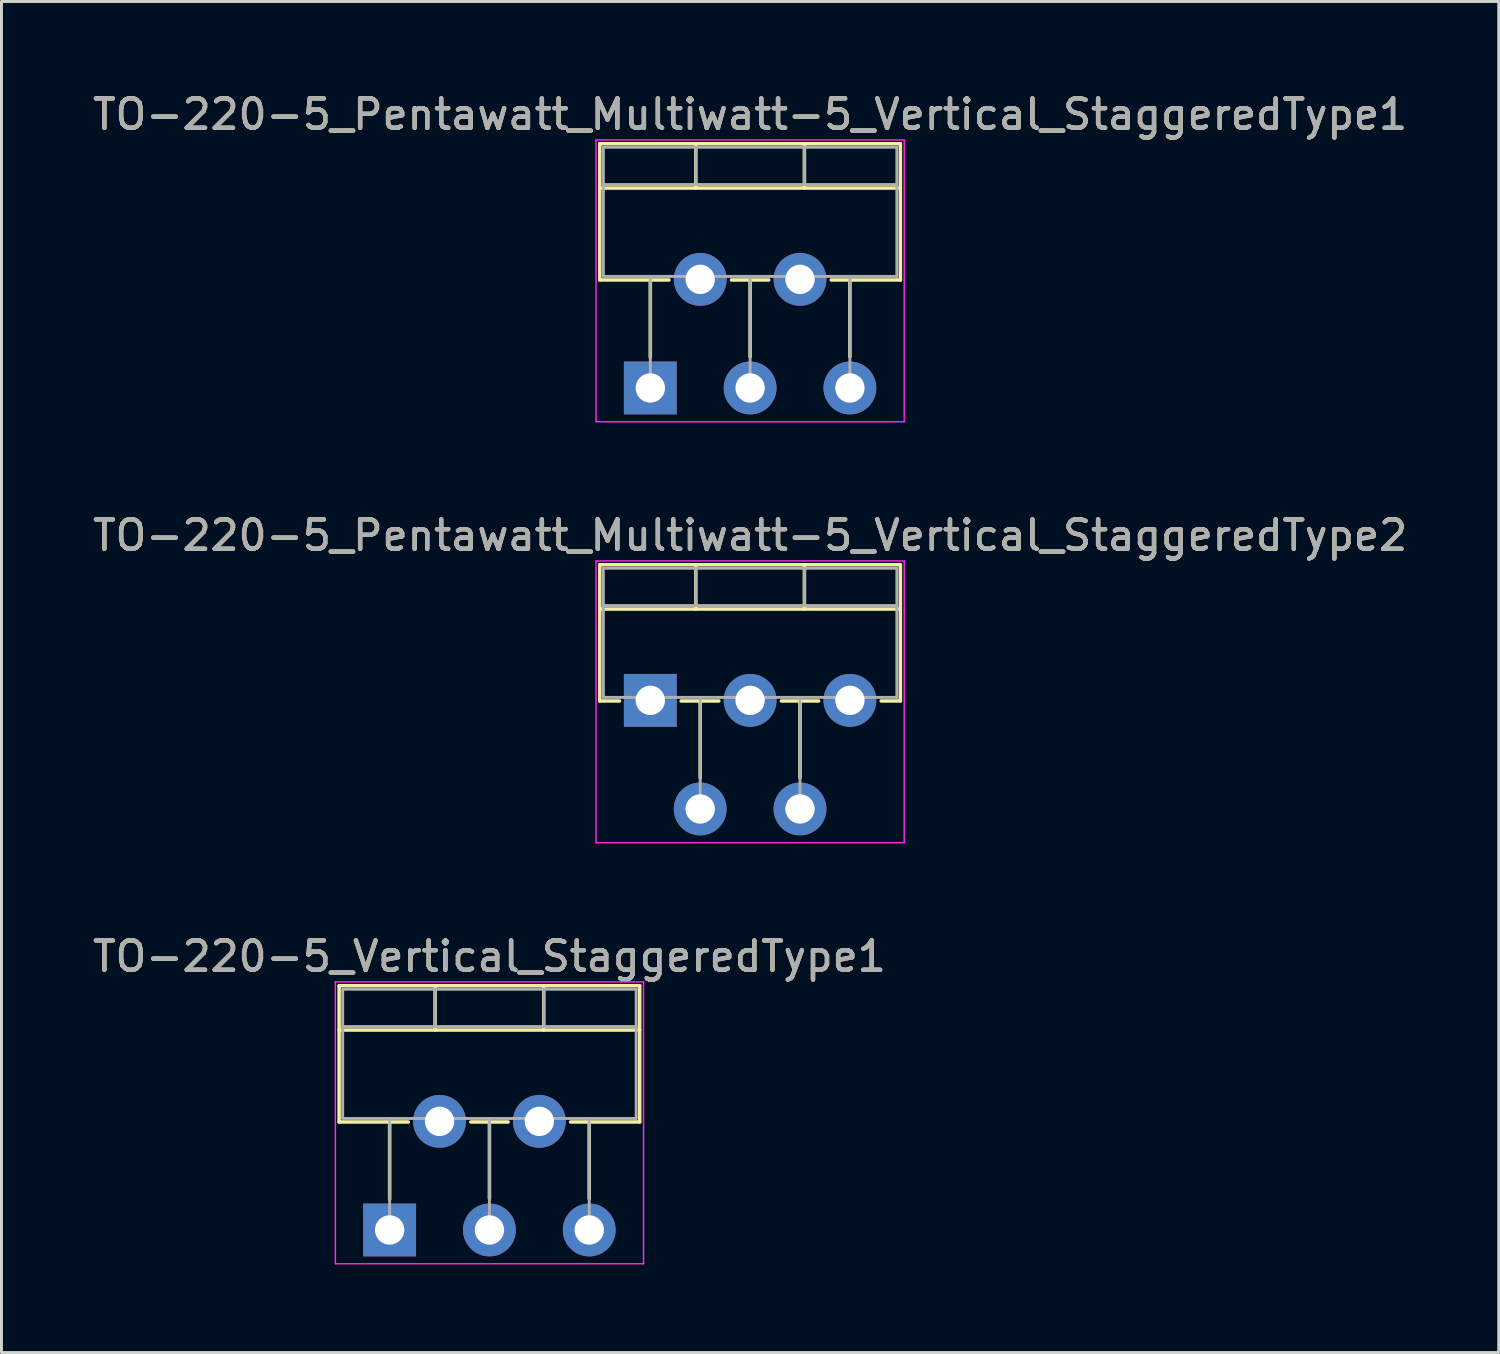
<source format=kicad_pcb>
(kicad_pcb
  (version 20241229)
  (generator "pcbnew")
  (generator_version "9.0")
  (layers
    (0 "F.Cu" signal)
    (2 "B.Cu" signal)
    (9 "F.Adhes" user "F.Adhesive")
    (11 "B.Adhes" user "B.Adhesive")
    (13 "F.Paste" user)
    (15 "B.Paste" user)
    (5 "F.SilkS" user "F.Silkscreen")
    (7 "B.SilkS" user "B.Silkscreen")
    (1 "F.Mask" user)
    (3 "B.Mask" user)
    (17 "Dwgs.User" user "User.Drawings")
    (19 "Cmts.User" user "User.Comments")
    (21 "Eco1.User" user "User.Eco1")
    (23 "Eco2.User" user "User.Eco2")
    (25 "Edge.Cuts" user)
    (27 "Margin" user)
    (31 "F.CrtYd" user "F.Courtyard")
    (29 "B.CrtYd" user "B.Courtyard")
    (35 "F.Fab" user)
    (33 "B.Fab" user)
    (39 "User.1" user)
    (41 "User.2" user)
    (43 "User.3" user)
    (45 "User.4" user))
  (footprint "TO-220-5_Pentawatt_Multiwatt-5_Vertical_StaggeredType1"
    (layer "F.Cu")
    (at 19.106 10.168)
    (property "Reference" "TO-220-5_Pentawatt_Multiwatt-5_Vertical_StaggeredType1" (at 3.4 -9.32 0) (layer "F.SilkS") (effects (font (size 1 1) (thickness 0.15))))
    (attr through_hole)
    (fp_line (start -1.721 -8.32) (end -1.721 -3.679) (stroke (width 0.12) (type solid)) (layer "F.SilkS"))
    (fp_line (start -1.721 -8.32) (end 8.52 -8.32) (stroke (width 0.12) (type solid)) (layer "F.SilkS"))
    (fp_line (start -1.721 -6.811) (end 8.52 -6.811) (stroke (width 0.12) (type solid)) (layer "F.SilkS"))
    (fp_line (start -1.721 -3.679) (end 0.635 -3.679) (stroke (width 0.12) (type solid)) (layer "F.SilkS"))
    (fp_line (start 0 -3.679) (end 0 -1.049) (stroke (width 0.12) (type solid)) (layer "F.SilkS"))
    (fp_line (start 1.55 -8.32) (end 1.55 -6.811) (stroke (width 0.12) (type solid)) (layer "F.SilkS"))
    (fp_line (start 2.765 -3.679) (end 4.035 -3.679) (stroke (width 0.12) (type solid)) (layer "F.SilkS"))
    (fp_line (start 3.4 -3.679) (end 3.4 -1.065) (stroke (width 0.12) (type solid)) (layer "F.SilkS"))
    (fp_line (start 5.25 -8.32) (end 5.25 -6.811) (stroke (width 0.12) (type solid)) (layer "F.SilkS"))
    (fp_line (start 6.165 -3.679) (end 8.52 -3.679) (stroke (width 0.12) (type solid)) (layer "F.SilkS"))
    (fp_line (start 6.8 -3.679) (end 6.8 -1.065) (stroke (width 0.12) (type solid)) (layer "F.SilkS"))
    (fp_line (start 8.52 -8.32) (end 8.52 -3.679) (stroke (width 0.12) (type solid)) (layer "F.SilkS"))
    (fp_line (start -1.85 -8.45) (end -1.85 1.15) (stroke (width 0.05) (type solid)) (layer "F.CrtYd"))
    (fp_line (start -1.85 1.15) (end 8.65 1.15) (stroke (width 0.05) (type solid)) (layer "F.CrtYd"))
    (fp_line (start 8.65 -8.45) (end -1.85 -8.45) (stroke (width 0.05) (type solid)) (layer "F.CrtYd"))
    (fp_line (start 8.65 1.15) (end 8.65 -8.45) (stroke (width 0.05) (type solid)) (layer "F.CrtYd"))
    (fp_line (start -1.6 -8.2) (end -1.6 -3.8) (stroke (width 0.1) (type solid)) (layer "F.Fab"))
    (fp_line (start -1.6 -6.93) (end 8.4 -6.93) (stroke (width 0.1) (type solid)) (layer "F.Fab"))
    (fp_line (start -1.6 -3.8) (end 8.4 -3.8) (stroke (width 0.1) (type solid)) (layer "F.Fab"))
    (fp_line (start 0 -3.8) (end 0 0) (stroke (width 0.1) (type solid)) (layer "F.Fab"))
    (fp_line (start 1.55 -8.2) (end 1.55 -6.93) (stroke (width 0.1) (type solid)) (layer "F.Fab"))
    (fp_line (start 1.7 -3.8) (end 1.7 -3.7) (stroke (width 0.1) (type solid)) (layer "F.Fab"))
    (fp_line (start 3.4 -3.8) (end 3.4 0) (stroke (width 0.1) (type solid)) (layer "F.Fab"))
    (fp_line (start 5.1 -3.8) (end 5.1 -3.7) (stroke (width 0.1) (type solid)) (layer "F.Fab"))
    (fp_line (start 5.25 -8.2) (end 5.25 -6.93) (stroke (width 0.1) (type solid)) (layer "F.Fab"))
    (fp_line (start 6.8 -3.8) (end 6.8 0) (stroke (width 0.1) (type solid)) (layer "F.Fab"))
    (fp_line (start 8.4 -8.2) (end -1.6 -8.2) (stroke (width 0.1) (type solid)) (layer "F.Fab"))
    (fp_line (start 8.4 -3.8) (end 8.4 -8.2) (stroke (width 0.1) (type solid)) (layer "F.Fab"))
    (fp_text user "${REFERENCE}" (at 3.4 -9.32 0) (layer "F.Fab") (effects (font (size 1 1) (thickness 0.15))))
    (pad "1" thru_hole rect (at 0 0) (size 1.8 1.8) (drill 1) (layers "*.Cu" "*.Mask"))
    (pad "2" thru_hole oval (at 1.7 -3.7) (size 1.8 1.8) (drill 1) (layers "*.Cu" "*.Mask"))
    (pad "3" thru_hole oval (at 3.4 0) (size 1.8 1.8) (drill 1) (layers "*.Cu" "*.Mask"))
    (pad "4" thru_hole oval (at 5.1 -3.7) (size 1.8 1.8) (drill 1) (layers "*.Cu" "*.Mask"))
    (pad "5" thru_hole oval (at 6.8 0) (size 1.8 1.8) (drill 1) (layers "*.Cu" "*.Mask")))
  (footprint "TO-220-5_Vertical_StaggeredType1"
    (layer "F.Cu")
    (at 10.225 38.855)
    (property "Reference" "TO-220-5_Vertical_StaggeredType1" (at 3.4 -9.32 0) (layer "F.SilkS") (effects (font (size 1 1) (thickness 0.15))))
    (attr through_hole)
    (fp_line (start -1.721 -8.32) (end -1.721 -3.679) (stroke (width 0.12) (type solid)) (layer "F.SilkS"))
    (fp_line (start -1.721 -8.32) (end 8.52 -8.32) (stroke (width 0.12) (type solid)) (layer "F.SilkS"))
    (fp_line (start -1.721 -6.811) (end 8.52 -6.811) (stroke (width 0.12) (type solid)) (layer "F.SilkS"))
    (fp_line (start -1.721 -3.679) (end 0.635 -3.679) (stroke (width 0.12) (type solid)) (layer "F.SilkS"))
    (fp_line (start 0 -3.679) (end 0 -1.049) (stroke (width 0.12) (type solid)) (layer "F.SilkS"))
    (fp_line (start 1.55 -8.32) (end 1.55 -6.811) (stroke (width 0.12) (type solid)) (layer "F.SilkS"))
    (fp_line (start 2.765 -3.679) (end 4.035 -3.679) (stroke (width 0.12) (type solid)) (layer "F.SilkS"))
    (fp_line (start 3.4 -3.679) (end 3.4 -1.065) (stroke (width 0.12) (type solid)) (layer "F.SilkS"))
    (fp_line (start 5.25 -8.32) (end 5.25 -6.811) (stroke (width 0.12) (type solid)) (layer "F.SilkS"))
    (fp_line (start 6.165 -3.679) (end 8.52 -3.679) (stroke (width 0.12) (type solid)) (layer "F.SilkS"))
    (fp_line (start 6.8 -3.679) (end 6.8 -1.065) (stroke (width 0.12) (type solid)) (layer "F.SilkS"))
    (fp_line (start 8.52 -8.32) (end 8.52 -3.679) (stroke (width 0.12) (type solid)) (layer "F.SilkS"))
    (fp_line (start -1.85 -8.45) (end -1.85 1.15) (stroke (width 0.05) (type solid)) (layer "F.CrtYd"))
    (fp_line (start -1.85 1.15) (end 8.65 1.15) (stroke (width 0.05) (type solid)) (layer "F.CrtYd"))
    (fp_line (start 8.65 -8.45) (end -1.85 -8.45) (stroke (width 0.05) (type solid)) (layer "F.CrtYd"))
    (fp_line (start 8.65 1.15) (end 8.65 -8.45) (stroke (width 0.05) (type solid)) (layer "F.CrtYd"))
    (fp_line (start -1.6 -8.2) (end -1.6 -3.8) (stroke (width 0.1) (type solid)) (layer "F.Fab"))
    (fp_line (start -1.6 -6.93) (end 8.4 -6.93) (stroke (width 0.1) (type solid)) (layer "F.Fab"))
    (fp_line (start -1.6 -3.8) (end 8.4 -3.8) (stroke (width 0.1) (type solid)) (layer "F.Fab"))
    (fp_line (start 0 -3.8) (end 0 0) (stroke (width 0.1) (type solid)) (layer "F.Fab"))
    (fp_line (start 1.55 -8.2) (end 1.55 -6.93) (stroke (width 0.1) (type solid)) (layer "F.Fab"))
    (fp_line (start 1.7 -3.8) (end 1.7 -3.7) (stroke (width 0.1) (type solid)) (layer "F.Fab"))
    (fp_line (start 3.4 -3.8) (end 3.4 0) (stroke (width 0.1) (type solid)) (layer "F.Fab"))
    (fp_line (start 5.1 -3.8) (end 5.1 -3.7) (stroke (width 0.1) (type solid)) (layer "F.Fab"))
    (fp_line (start 5.25 -8.2) (end 5.25 -6.93) (stroke (width 0.1) (type solid)) (layer "F.Fab"))
    (fp_line (start 6.8 -3.8) (end 6.8 0) (stroke (width 0.1) (type solid)) (layer "F.Fab"))
    (fp_line (start 8.4 -8.2) (end -1.6 -8.2) (stroke (width 0.1) (type solid)) (layer "F.Fab"))
    (fp_line (start 8.4 -3.8) (end 8.4 -8.2) (stroke (width 0.1) (type solid)) (layer "F.Fab"))
    (fp_text user "${REFERENCE}" (at 3.4 -9.32 0) (layer "F.Fab") (effects (font (size 1 1) (thickness 0.15))))
    (pad "1" thru_hole rect (at 0 0) (size 1.8 1.8) (drill 1) (layers "*.Cu" "*.Mask"))
    (pad "2" thru_hole oval (at 1.7 -3.7) (size 1.8 1.8) (drill 1) (layers "*.Cu" "*.Mask"))
    (pad "3" thru_hole oval (at 3.4 0) (size 1.8 1.8) (drill 1) (layers "*.Cu" "*.Mask"))
    (pad "4" thru_hole oval (at 5.1 -3.7) (size 1.8 1.8) (drill 1) (layers "*.Cu" "*.Mask"))
    (pad "5" thru_hole oval (at 6.8 0) (size 1.8 1.8) (drill 1) (layers "*.Cu" "*.Mask")))
  (footprint "TO-220-5_Pentawatt_Multiwatt-5_Vertical_StaggeredType2"
    (layer "F.Cu")
    (at 19.106 20.811)
    (property "Reference" "TO-220-5_Pentawatt_Multiwatt-5_Vertical_StaggeredType2" (at 3.4 -5.62 0) (layer "F.SilkS") (effects (font (size 1 1) (thickness 0.15))))
    (attr through_hole)
    (fp_line (start -1.721 -4.62) (end -1.721 0.021) (stroke (width 0.12) (type solid)) (layer "F.SilkS"))
    (fp_line (start -1.721 -4.62) (end 8.52 -4.62) (stroke (width 0.12) (type solid)) (layer "F.SilkS"))
    (fp_line (start -1.721 -3.111) (end 8.52 -3.111) (stroke (width 0.12) (type solid)) (layer "F.SilkS"))
    (fp_line (start -1.721 0.021) (end -1.05 0.021) (stroke (width 0.12) (type solid)) (layer "F.SilkS"))
    (fp_line (start 1.05 0.021) (end 2.335 0.021) (stroke (width 0.12) (type solid)) (layer "F.SilkS"))
    (fp_line (start 1.55 -4.62) (end 1.55 -3.111) (stroke (width 0.12) (type solid)) (layer "F.SilkS"))
    (fp_line (start 1.7 0.021) (end 1.7 2.635) (stroke (width 0.12) (type solid)) (layer "F.SilkS"))
    (fp_line (start 4.465 0.021) (end 5.735 0.021) (stroke (width 0.12) (type solid)) (layer "F.SilkS"))
    (fp_line (start 5.1 0.021) (end 5.1 2.635) (stroke (width 0.12) (type solid)) (layer "F.SilkS"))
    (fp_line (start 5.25 -4.62) (end 5.25 -3.111) (stroke (width 0.12) (type solid)) (layer "F.SilkS"))
    (fp_line (start 7.865 0.021) (end 8.52 0.021) (stroke (width 0.12) (type solid)) (layer "F.SilkS"))
    (fp_line (start 8.52 -4.62) (end 8.52 0.021) (stroke (width 0.12) (type solid)) (layer "F.SilkS"))
    (fp_line (start -1.85 -4.75) (end -1.85 4.85) (stroke (width 0.05) (type solid)) (layer "F.CrtYd"))
    (fp_line (start -1.85 4.85) (end 8.65 4.85) (stroke (width 0.05) (type solid)) (layer "F.CrtYd"))
    (fp_line (start 8.65 -4.75) (end -1.85 -4.75) (stroke (width 0.05) (type solid)) (layer "F.CrtYd"))
    (fp_line (start 8.65 4.85) (end 8.65 -4.75) (stroke (width 0.05) (type solid)) (layer "F.CrtYd"))
    (fp_line (start -1.6 -4.5) (end -1.6 -0.1) (stroke (width 0.1) (type solid)) (layer "F.Fab"))
    (fp_line (start -1.6 -3.23) (end 8.4 -3.23) (stroke (width 0.1) (type solid)) (layer "F.Fab"))
    (fp_line (start -1.6 -0.1) (end 8.4 -0.1) (stroke (width 0.1) (type solid)) (layer "F.Fab"))
    (fp_line (start 0 -0.1) (end 0 0) (stroke (width 0.1) (type solid)) (layer "F.Fab"))
    (fp_line (start 1.55 -4.5) (end 1.55 -3.23) (stroke (width 0.1) (type solid)) (layer "F.Fab"))
    (fp_line (start 1.7 -0.1) (end 1.7 3.7) (stroke (width 0.1) (type solid)) (layer "F.Fab"))
    (fp_line (start 3.4 -0.1) (end 3.4 0) (stroke (width 0.1) (type solid)) (layer "F.Fab"))
    (fp_line (start 5.1 -0.1) (end 5.1 3.7) (stroke (width 0.1) (type solid)) (layer "F.Fab"))
    (fp_line (start 5.25 -4.5) (end 5.25 -3.23) (stroke (width 0.1) (type solid)) (layer "F.Fab"))
    (fp_line (start 6.8 -0.1) (end 6.8 0) (stroke (width 0.1) (type solid)) (layer "F.Fab"))
    (fp_line (start 8.4 -4.5) (end -1.6 -4.5) (stroke (width 0.1) (type solid)) (layer "F.Fab"))
    (fp_line (start 8.4 -0.1) (end 8.4 -4.5) (stroke (width 0.1) (type solid)) (layer "F.Fab"))
    (fp_text user "${REFERENCE}" (at 3.4 -5.62 0) (layer "F.Fab") (effects (font (size 1 1) (thickness 0.15))))
    (pad "1" thru_hole rect (at 0 0) (size 1.8 1.8) (drill 1) (layers "*.Cu" "*.Mask"))
    (pad "2" thru_hole oval (at 1.7 3.7) (size 1.8 1.8) (drill 1) (layers "*.Cu" "*.Mask"))
    (pad "3" thru_hole oval (at 3.4 0) (size 1.8 1.8) (drill 1) (layers "*.Cu" "*.Mask"))
    (pad "4" thru_hole oval (at 5.1 3.7) (size 1.8 1.8) (drill 1) (layers "*.Cu" "*.Mask"))
    (pad "5" thru_hole oval (at 6.8 0) (size 1.8 1.8) (drill 1) (layers "*.Cu" "*.Mask")))
  (gr_rect
    (start -3 -3)
    (end 48.012 43.03)
    (stroke (width 0.1) (type default))
    (fill no)
    (layer "Edge.Cuts")))
</source>
